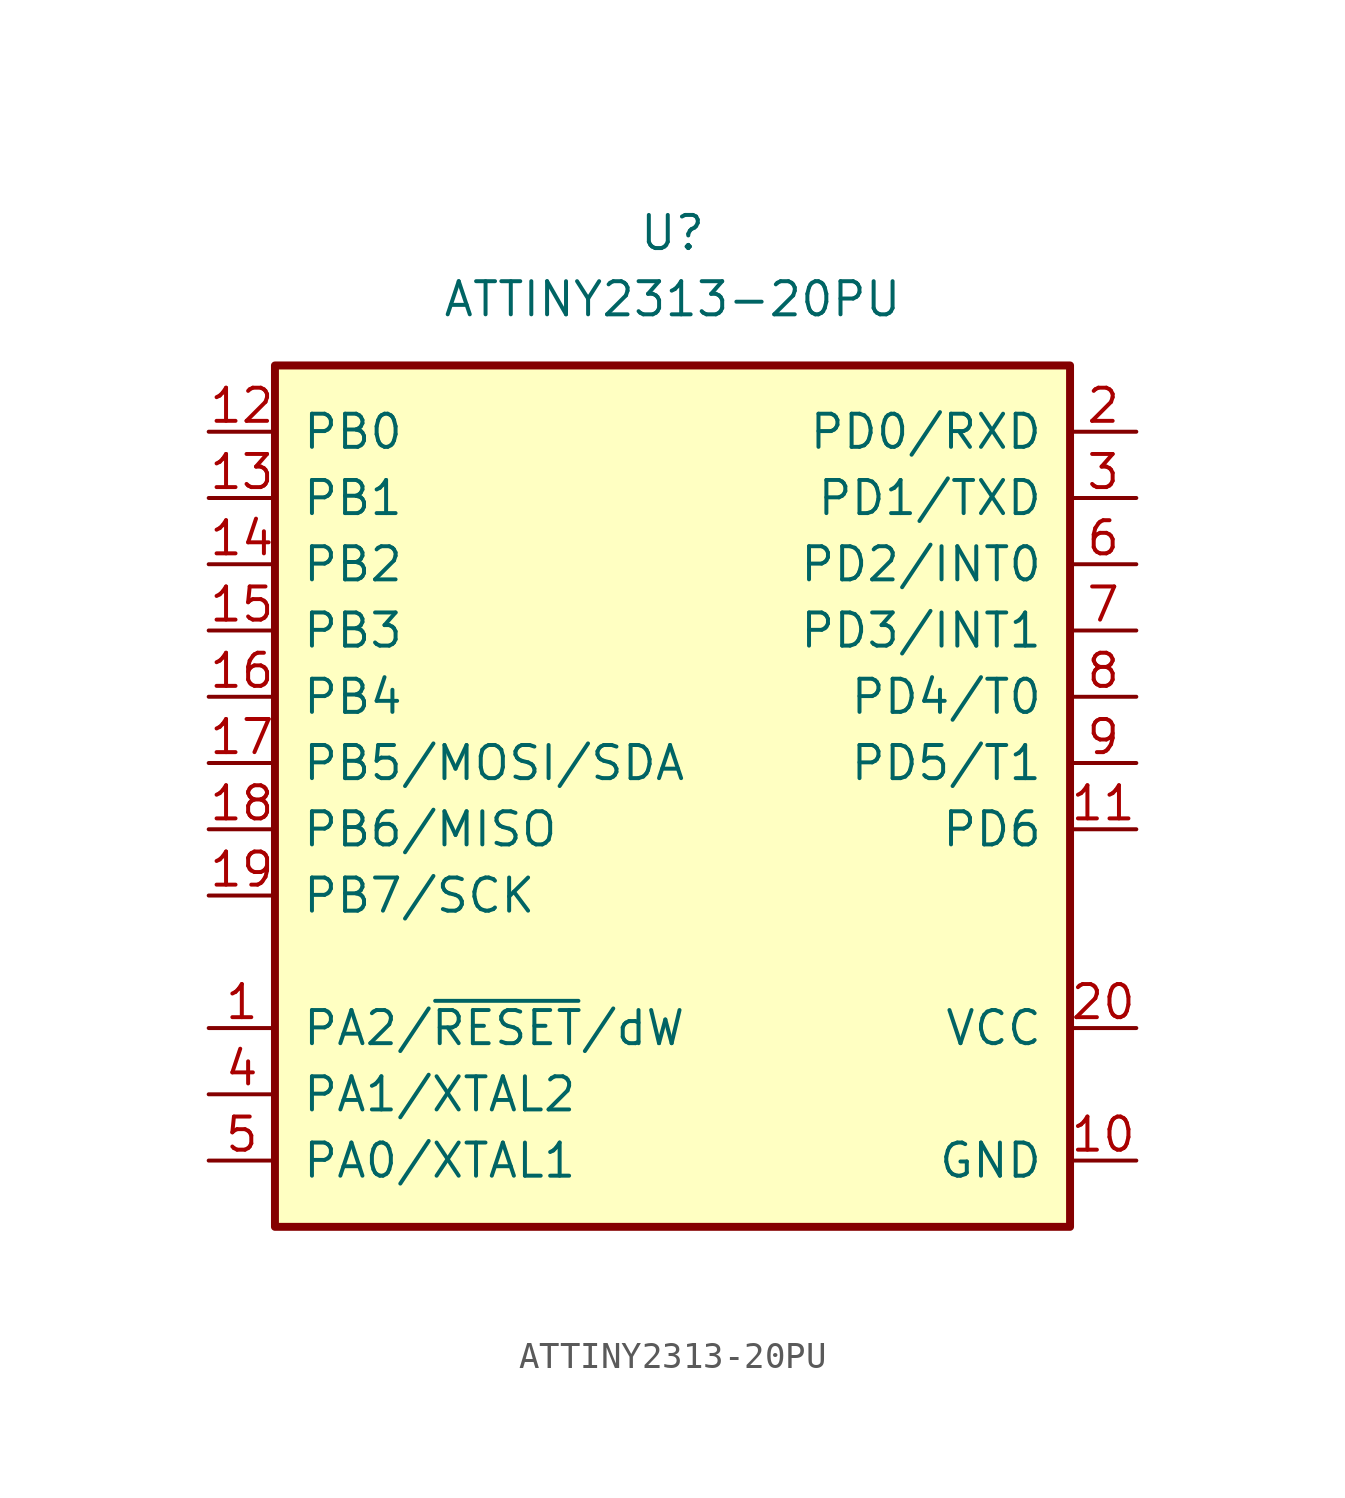
<source format=kicad_sym>
(kicad_symbol_lib
  (version 20211014)
  (generator kicad_symbol_editor)
  (symbol "ATTINY2313-20PU"
    (pin_names
      (offset 1.016))
    (property "Reference" "U"
      (at 0 20.32 0)
      (effects (font (size 1.27 1.27))))
    (property "Value" "ATTINY2313-20PU"
      (at 0 17.78 0)
      (effects (font (size 1.27 1.27))))
    (symbol "ATTINY2313-20PU_0_1"
      (rectangle (start -15.24 15.24) (end 15.24 -17.78) (stroke (width 0.305) (type default) (color 0 0 0 0)) (fill (type background))))
    (symbol "ATTINY2313-20PU_1_1"
      (pin bidirectional line (at -17.78 -10.16 0) (length 2.54) (name "PA2/~{RESET}/dW" (effects (font (size 1.27 1.27)))) (number "1" (effects (font (size 1.27 1.27)))))
      (pin power_in line (at 17.78 -15.24 180) (length 2.54) (name "GND" (effects (font (size 1.27 1.27)))) (number "10" (effects (font (size 1.27 1.27)))))
      (pin bidirectional line (at 17.78 -2.54 180) (length 2.54) (name "PD6" (effects (font (size 1.27 1.27)))) (number "11" (effects (font (size 1.27 1.27)))))
      (pin bidirectional line (at -17.78 12.7 0) (length 2.54) (name "PB0" (effects (font (size 1.27 1.27)))) (number "12" (effects (font (size 1.27 1.27)))))
      (pin bidirectional line (at -17.78 10.16 0) (length 2.54) (name "PB1" (effects (font (size 1.27 1.27)))) (number "13" (effects (font (size 1.27 1.27)))))
      (pin bidirectional line (at -17.78 7.62 0) (length 2.54) (name "PB2" (effects (font (size 1.27 1.27)))) (number "14" (effects (font (size 1.27 1.27)))))
      (pin bidirectional line (at -17.78 5.08 0) (length 2.54) (name "PB3" (effects (font (size 1.27 1.27)))) (number "15" (effects (font (size 1.27 1.27)))))
      (pin bidirectional line (at -17.78 2.54 0) (length 2.54) (name "PB4" (effects (font (size 1.27 1.27)))) (number "16" (effects (font (size 1.27 1.27)))))
      (pin bidirectional line (at -17.78 0 0) (length 2.54) (name "PB5/MOSI/SDA" (effects (font (size 1.27 1.27)))) (number "17" (effects (font (size 1.27 1.27)))))
      (pin bidirectional line (at -17.78 -2.54 0) (length 2.54) (name "PB6/MISO" (effects (font (size 1.27 1.27)))) (number "18" (effects (font (size 1.27 1.27)))))
      (pin bidirectional line (at -17.78 -5.08 0) (length 2.54) (name "PB7/SCK" (effects (font (size 1.27 1.27)))) (number "19" (effects (font (size 1.27 1.27)))))
      (pin bidirectional line (at 17.78 12.7 180) (length 2.54) (name "PD0/RXD" (effects (font (size 1.27 1.27)))) (number "2" (effects (font (size 1.27 1.27)))))
      (pin power_in line (at 17.78 -10.16 180) (length 2.54) (name "VCC" (effects (font (size 1.27 1.27)))) (number "20" (effects (font (size 1.27 1.27)))))
      (pin bidirectional line (at 17.78 10.16 180) (length 2.54) (name "PD1/TXD" (effects (font (size 1.27 1.27)))) (number "3" (effects (font (size 1.27 1.27)))))
      (pin bidirectional line (at -17.78 -12.7 0) (length 2.54) (name "PA1/XTAL2" (effects (font (size 1.27 1.27)))) (number "4" (effects (font (size 1.27 1.27)))))
      (pin bidirectional line (at -17.78 -15.24 0) (length 2.54) (name "PA0/XTAL1" (effects (font (size 1.27 1.27)))) (number "5" (effects (font (size 1.27 1.27)))))
      (pin bidirectional line (at 17.78 7.62 180) (length 2.54) (name "PD2/INT0" (effects (font (size 1.27 1.27)))) (number "6" (effects (font (size 1.27 1.27)))))
      (pin bidirectional line (at 17.78 5.08 180) (length 2.54) (name "PD3/INT1" (effects (font (size 1.27 1.27)))) (number "7" (effects (font (size 1.27 1.27)))))
      (pin bidirectional line (at 17.78 2.54 180) (length 2.54) (name "PD4/T0" (effects (font (size 1.27 1.27)))) (number "8" (effects (font (size 1.27 1.27)))))
      (pin bidirectional line (at 17.78 0 180) (length 2.54) (name "PD5/T1" (effects (font (size 1.27 1.27)))) (number "9" (effects (font (size 1.27 1.27))))))))
</source>
